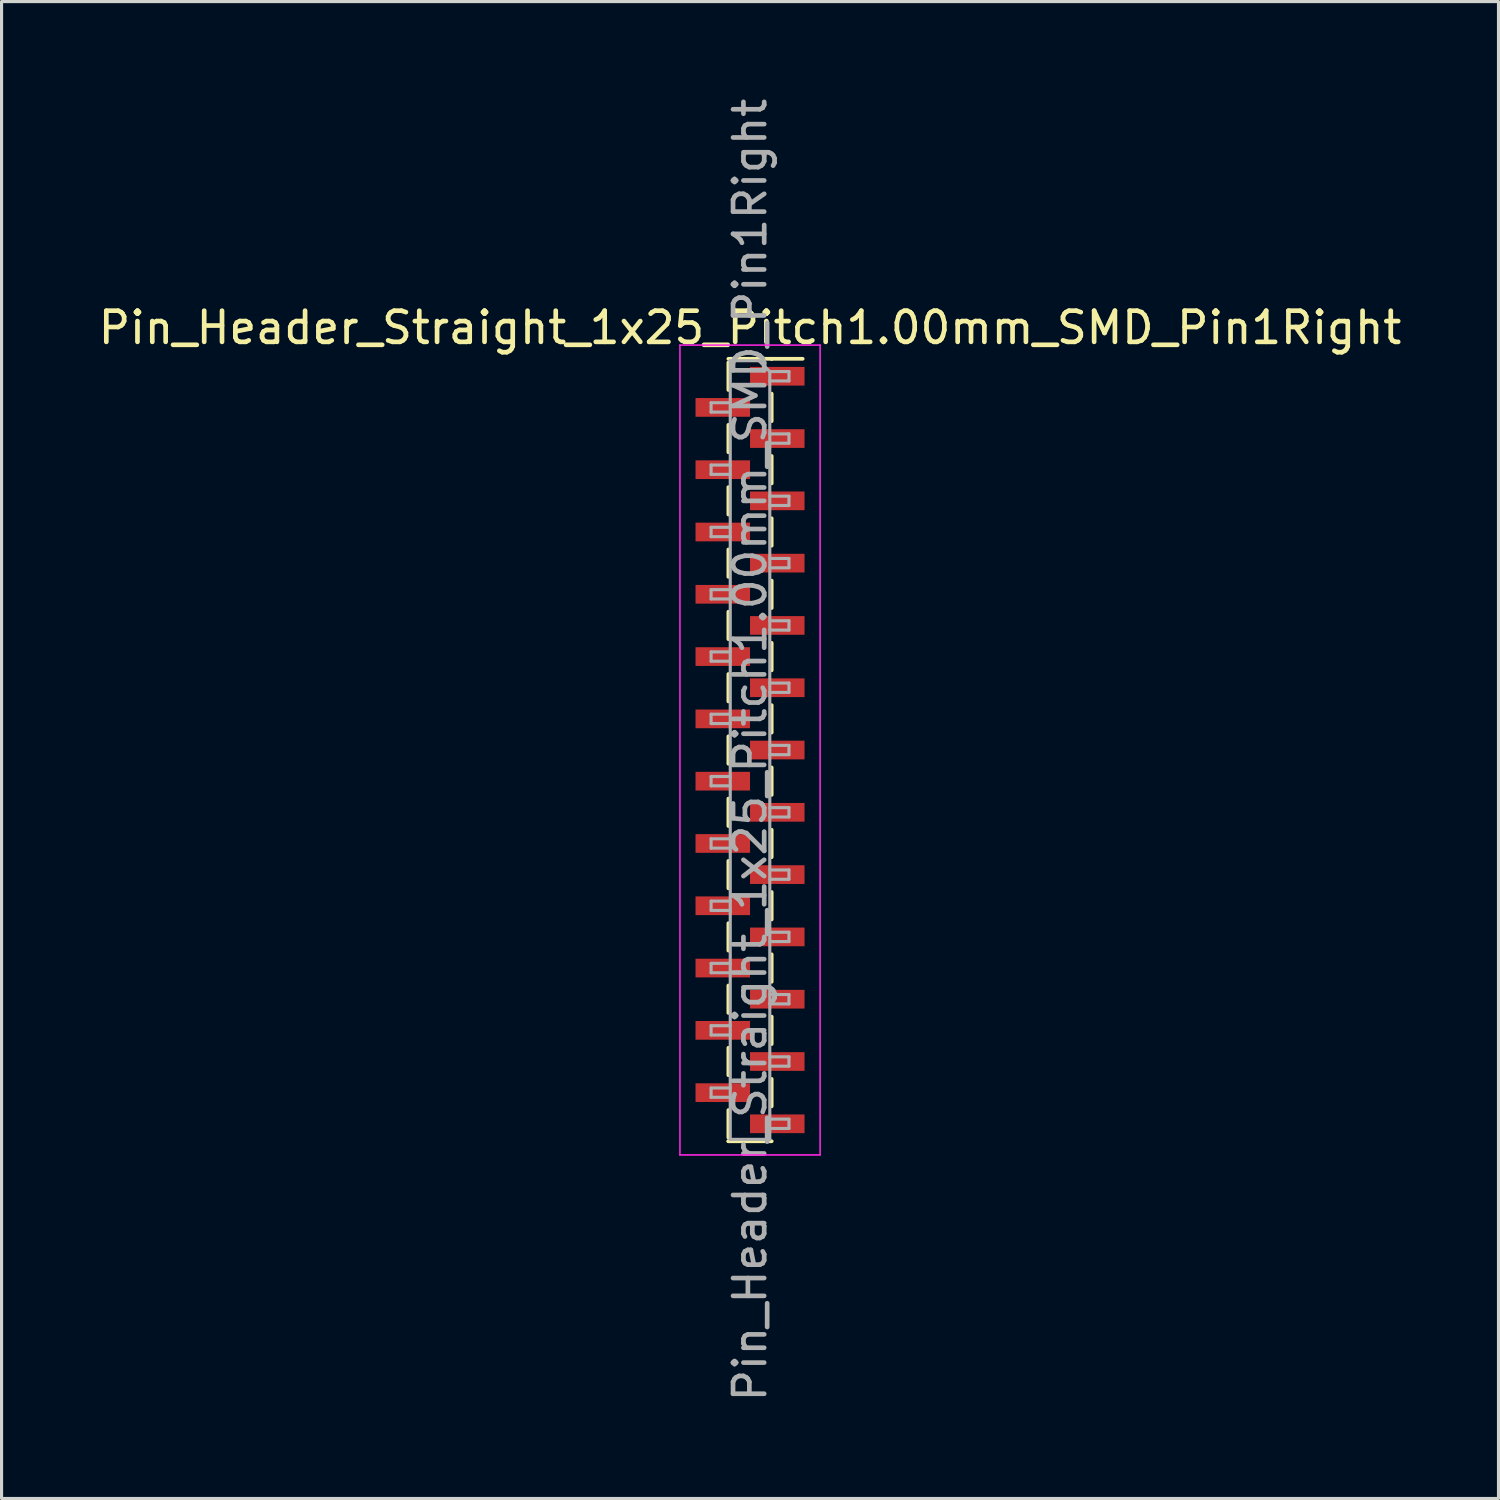
<source format=kicad_pcb>
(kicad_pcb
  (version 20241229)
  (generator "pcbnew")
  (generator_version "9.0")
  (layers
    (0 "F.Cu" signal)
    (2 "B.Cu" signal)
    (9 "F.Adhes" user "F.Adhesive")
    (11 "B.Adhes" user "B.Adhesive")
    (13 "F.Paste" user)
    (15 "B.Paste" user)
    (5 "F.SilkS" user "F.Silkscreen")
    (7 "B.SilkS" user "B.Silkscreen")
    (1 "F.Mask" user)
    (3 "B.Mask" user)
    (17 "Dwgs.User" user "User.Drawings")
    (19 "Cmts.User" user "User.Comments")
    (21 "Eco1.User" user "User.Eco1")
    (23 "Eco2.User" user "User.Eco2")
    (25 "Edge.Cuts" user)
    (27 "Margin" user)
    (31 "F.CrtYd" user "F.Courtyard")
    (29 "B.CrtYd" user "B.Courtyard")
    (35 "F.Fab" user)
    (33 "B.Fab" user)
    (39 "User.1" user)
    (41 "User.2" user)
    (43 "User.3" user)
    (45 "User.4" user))
  (footprint "Pin_Header_Straight_1x25_Pitch1.00mm_SMD_Pin1Right"
    (layer "F.Cu")
    (at 21.03 21.03)
    (property "Reference" "Pin_Header_Straight_1x25_Pitch1.00mm_SMD_Pin1Right" (at 0 -13.56 0) (layer "F.SilkS") (effects (font (size 1 1) (thickness 0.15))))
    (attr smd)
    (fp_line (start -0.695 -12.56) (end 0.695 -12.56) (stroke (width 0.12) (type solid)) (layer "F.SilkS"))
    (fp_line (start -0.695 -12.44) (end -0.695 -11.56) (stroke (width 0.12) (type solid)) (layer "F.SilkS"))
    (fp_line (start -0.695 -10.44) (end -0.695 -9.56) (stroke (width 0.12) (type solid)) (layer "F.SilkS"))
    (fp_line (start -0.695 -8.44) (end -0.695 -7.56) (stroke (width 0.12) (type solid)) (layer "F.SilkS"))
    (fp_line (start -0.695 -6.44) (end -0.695 -5.56) (stroke (width 0.12) (type solid)) (layer "F.SilkS"))
    (fp_line (start -0.695 -4.44) (end -0.695 -3.56) (stroke (width 0.12) (type solid)) (layer "F.SilkS"))
    (fp_line (start -0.695 -2.44) (end -0.695 -1.56) (stroke (width 0.12) (type solid)) (layer "F.SilkS"))
    (fp_line (start -0.695 -0.44) (end -0.695 0.44) (stroke (width 0.12) (type solid)) (layer "F.SilkS"))
    (fp_line (start -0.695 1.56) (end -0.695 2.44) (stroke (width 0.12) (type solid)) (layer "F.SilkS"))
    (fp_line (start -0.695 3.56) (end -0.695 4.44) (stroke (width 0.12) (type solid)) (layer "F.SilkS"))
    (fp_line (start -0.695 5.56) (end -0.695 6.44) (stroke (width 0.12) (type solid)) (layer "F.SilkS"))
    (fp_line (start -0.695 7.56) (end -0.695 8.44) (stroke (width 0.12) (type solid)) (layer "F.SilkS"))
    (fp_line (start -0.695 9.56) (end -0.695 10.44) (stroke (width 0.12) (type solid)) (layer "F.SilkS"))
    (fp_line (start -0.695 11.56) (end -0.695 12.44) (stroke (width 0.12) (type solid)) (layer "F.SilkS"))
    (fp_line (start -0.695 12.56) (end -0.695 12.56) (stroke (width 0.12) (type solid)) (layer "F.SilkS"))
    (fp_line (start -0.695 12.56) (end 0.695 12.56) (stroke (width 0.12) (type solid)) (layer "F.SilkS"))
    (fp_line (start 0.695 -12.56) (end 0.695 -12.56) (stroke (width 0.12) (type solid)) (layer "F.SilkS"))
    (fp_line (start 0.695 -12.56) (end 1.69 -12.56) (stroke (width 0.12) (type solid)) (layer "F.SilkS"))
    (fp_line (start 0.695 -11.44) (end 0.695 -10.56) (stroke (width 0.12) (type solid)) (layer "F.SilkS"))
    (fp_line (start 0.695 -9.44) (end 0.695 -8.56) (stroke (width 0.12) (type solid)) (layer "F.SilkS"))
    (fp_line (start 0.695 -7.44) (end 0.695 -6.56) (stroke (width 0.12) (type solid)) (layer "F.SilkS"))
    (fp_line (start 0.695 -5.44) (end 0.695 -4.56) (stroke (width 0.12) (type solid)) (layer "F.SilkS"))
    (fp_line (start 0.695 -3.44) (end 0.695 -2.56) (stroke (width 0.12) (type solid)) (layer "F.SilkS"))
    (fp_line (start 0.695 -1.44) (end 0.695 -0.56) (stroke (width 0.12) (type solid)) (layer "F.SilkS"))
    (fp_line (start 0.695 0.56) (end 0.695 1.44) (stroke (width 0.12) (type solid)) (layer "F.SilkS"))
    (fp_line (start 0.695 2.56) (end 0.695 3.44) (stroke (width 0.12) (type solid)) (layer "F.SilkS"))
    (fp_line (start 0.695 4.56) (end 0.695 5.44) (stroke (width 0.12) (type solid)) (layer "F.SilkS"))
    (fp_line (start 0.695 6.56) (end 0.695 7.44) (stroke (width 0.12) (type solid)) (layer "F.SilkS"))
    (fp_line (start 0.695 8.56) (end 0.695 9.44) (stroke (width 0.12) (type solid)) (layer "F.SilkS"))
    (fp_line (start 0.695 10.56) (end 0.695 11.44) (stroke (width 0.12) (type solid)) (layer "F.SilkS"))
    (fp_line (start -2.25 -13) (end -2.25 13) (stroke (width 0.05) (type solid)) (layer "F.CrtYd"))
    (fp_line (start -2.25 13) (end 2.25 13) (stroke (width 0.05) (type solid)) (layer "F.CrtYd"))
    (fp_line (start 2.25 -13) (end -2.25 -13) (stroke (width 0.05) (type solid)) (layer "F.CrtYd"))
    (fp_line (start 2.25 13) (end 2.25 -13) (stroke (width 0.05) (type solid)) (layer "F.CrtYd"))
    (fp_line (start -1.25 -11.15) (end -1.25 -10.85) (stroke (width 0.1) (type solid)) (layer "F.Fab"))
    (fp_line (start -1.25 -10.85) (end -0.635 -10.85) (stroke (width 0.1) (type solid)) (layer "F.Fab"))
    (fp_line (start -1.25 -9.15) (end -1.25 -8.85) (stroke (width 0.1) (type solid)) (layer "F.Fab"))
    (fp_line (start -1.25 -8.85) (end -0.635 -8.85) (stroke (width 0.1) (type solid)) (layer "F.Fab"))
    (fp_line (start -1.25 -7.15) (end -1.25 -6.85) (stroke (width 0.1) (type solid)) (layer "F.Fab"))
    (fp_line (start -1.25 -6.85) (end -0.635 -6.85) (stroke (width 0.1) (type solid)) (layer "F.Fab"))
    (fp_line (start -1.25 -5.15) (end -1.25 -4.85) (stroke (width 0.1) (type solid)) (layer "F.Fab"))
    (fp_line (start -1.25 -4.85) (end -0.635 -4.85) (stroke (width 0.1) (type solid)) (layer "F.Fab"))
    (fp_line (start -1.25 -3.15) (end -1.25 -2.85) (stroke (width 0.1) (type solid)) (layer "F.Fab"))
    (fp_line (start -1.25 -2.85) (end -0.635 -2.85) (stroke (width 0.1) (type solid)) (layer "F.Fab"))
    (fp_line (start -1.25 -1.15) (end -1.25 -0.85) (stroke (width 0.1) (type solid)) (layer "F.Fab"))
    (fp_line (start -1.25 -0.85) (end -0.635 -0.85) (stroke (width 0.1) (type solid)) (layer "F.Fab"))
    (fp_line (start -1.25 0.85) (end -1.25 1.15) (stroke (width 0.1) (type solid)) (layer "F.Fab"))
    (fp_line (start -1.25 1.15) (end -0.635 1.15) (stroke (width 0.1) (type solid)) (layer "F.Fab"))
    (fp_line (start -1.25 2.85) (end -1.25 3.15) (stroke (width 0.1) (type solid)) (layer "F.Fab"))
    (fp_line (start -1.25 3.15) (end -0.635 3.15) (stroke (width 0.1) (type solid)) (layer "F.Fab"))
    (fp_line (start -1.25 4.85) (end -1.25 5.15) (stroke (width 0.1) (type solid)) (layer "F.Fab"))
    (fp_line (start -1.25 5.15) (end -0.635 5.15) (stroke (width 0.1) (type solid)) (layer "F.Fab"))
    (fp_line (start -1.25 6.85) (end -1.25 7.15) (stroke (width 0.1) (type solid)) (layer "F.Fab"))
    (fp_line (start -1.25 7.15) (end -0.635 7.15) (stroke (width 0.1) (type solid)) (layer "F.Fab"))
    (fp_line (start -1.25 8.85) (end -1.25 9.15) (stroke (width 0.1) (type solid)) (layer "F.Fab"))
    (fp_line (start -1.25 9.15) (end -0.635 9.15) (stroke (width 0.1) (type solid)) (layer "F.Fab"))
    (fp_line (start -1.25 10.85) (end -1.25 11.15) (stroke (width 0.1) (type solid)) (layer "F.Fab"))
    (fp_line (start -1.25 11.15) (end -0.635 11.15) (stroke (width 0.1) (type solid)) (layer "F.Fab"))
    (fp_line (start -0.635 -12.5) (end -0.635 12.5) (stroke (width 0.1) (type solid)) (layer "F.Fab"))
    (fp_line (start -0.635 -12.5) (end 0.285 -12.5) (stroke (width 0.1) (type solid)) (layer "F.Fab"))
    (fp_line (start -0.635 -11.15) (end -1.25 -11.15) (stroke (width 0.1) (type solid)) (layer "F.Fab"))
    (fp_line (start -0.635 -9.15) (end -1.25 -9.15) (stroke (width 0.1) (type solid)) (layer "F.Fab"))
    (fp_line (start -0.635 -7.15) (end -1.25 -7.15) (stroke (width 0.1) (type solid)) (layer "F.Fab"))
    (fp_line (start -0.635 -5.15) (end -1.25 -5.15) (stroke (width 0.1) (type solid)) (layer "F.Fab"))
    (fp_line (start -0.635 -3.15) (end -1.25 -3.15) (stroke (width 0.1) (type solid)) (layer "F.Fab"))
    (fp_line (start -0.635 -1.15) (end -1.25 -1.15) (stroke (width 0.1) (type solid)) (layer "F.Fab"))
    (fp_line (start -0.635 0.85) (end -1.25 0.85) (stroke (width 0.1) (type solid)) (layer "F.Fab"))
    (fp_line (start -0.635 2.85) (end -1.25 2.85) (stroke (width 0.1) (type solid)) (layer "F.Fab"))
    (fp_line (start -0.635 4.85) (end -1.25 4.85) (stroke (width 0.1) (type solid)) (layer "F.Fab"))
    (fp_line (start -0.635 6.85) (end -1.25 6.85) (stroke (width 0.1) (type solid)) (layer "F.Fab"))
    (fp_line (start -0.635 8.85) (end -1.25 8.85) (stroke (width 0.1) (type solid)) (layer "F.Fab"))
    (fp_line (start -0.635 10.85) (end -1.25 10.85) (stroke (width 0.1) (type solid)) (layer "F.Fab"))
    (fp_line (start 0.635 -12.15) (end 0.285 -12.5) (stroke (width 0.1) (type solid)) (layer "F.Fab"))
    (fp_line (start 0.635 -12.15) (end 1.25 -12.15) (stroke (width 0.1) (type solid)) (layer "F.Fab"))
    (fp_line (start 0.635 -10.15) (end 1.25 -10.15) (stroke (width 0.1) (type solid)) (layer "F.Fab"))
    (fp_line (start 0.635 -8.15) (end 1.25 -8.15) (stroke (width 0.1) (type solid)) (layer "F.Fab"))
    (fp_line (start 0.635 -6.15) (end 1.25 -6.15) (stroke (width 0.1) (type solid)) (layer "F.Fab"))
    (fp_line (start 0.635 -4.15) (end 1.25 -4.15) (stroke (width 0.1) (type solid)) (layer "F.Fab"))
    (fp_line (start 0.635 -2.15) (end 1.25 -2.15) (stroke (width 0.1) (type solid)) (layer "F.Fab"))
    (fp_line (start 0.635 -0.15) (end 1.25 -0.15) (stroke (width 0.1) (type solid)) (layer "F.Fab"))
    (fp_line (start 0.635 1.85) (end 1.25 1.85) (stroke (width 0.1) (type solid)) (layer "F.Fab"))
    (fp_line (start 0.635 3.85) (end 1.25 3.85) (stroke (width 0.1) (type solid)) (layer "F.Fab"))
    (fp_line (start 0.635 5.85) (end 1.25 5.85) (stroke (width 0.1) (type solid)) (layer "F.Fab"))
    (fp_line (start 0.635 7.85) (end 1.25 7.85) (stroke (width 0.1) (type solid)) (layer "F.Fab"))
    (fp_line (start 0.635 9.85) (end 1.25 9.85) (stroke (width 0.1) (type solid)) (layer "F.Fab"))
    (fp_line (start 0.635 11.85) (end 1.25 11.85) (stroke (width 0.1) (type solid)) (layer "F.Fab"))
    (fp_line (start 0.635 12.5) (end -0.635 12.5) (stroke (width 0.1) (type solid)) (layer "F.Fab"))
    (fp_line (start 0.635 12.5) (end 0.635 -12.15) (stroke (width 0.1) (type solid)) (layer "F.Fab"))
    (fp_line (start 1.25 -12.15) (end 1.25 -11.85) (stroke (width 0.1) (type solid)) (layer "F.Fab"))
    (fp_line (start 1.25 -11.85) (end 0.635 -11.85) (stroke (width 0.1) (type solid)) (layer "F.Fab"))
    (fp_line (start 1.25 -10.15) (end 1.25 -9.85) (stroke (width 0.1) (type solid)) (layer "F.Fab"))
    (fp_line (start 1.25 -9.85) (end 0.635 -9.85) (stroke (width 0.1) (type solid)) (layer "F.Fab"))
    (fp_line (start 1.25 -8.15) (end 1.25 -7.85) (stroke (width 0.1) (type solid)) (layer "F.Fab"))
    (fp_line (start 1.25 -7.85) (end 0.635 -7.85) (stroke (width 0.1) (type solid)) (layer "F.Fab"))
    (fp_line (start 1.25 -6.15) (end 1.25 -5.85) (stroke (width 0.1) (type solid)) (layer "F.Fab"))
    (fp_line (start 1.25 -5.85) (end 0.635 -5.85) (stroke (width 0.1) (type solid)) (layer "F.Fab"))
    (fp_line (start 1.25 -4.15) (end 1.25 -3.85) (stroke (width 0.1) (type solid)) (layer "F.Fab"))
    (fp_line (start 1.25 -3.85) (end 0.635 -3.85) (stroke (width 0.1) (type solid)) (layer "F.Fab"))
    (fp_line (start 1.25 -2.15) (end 1.25 -1.85) (stroke (width 0.1) (type solid)) (layer "F.Fab"))
    (fp_line (start 1.25 -1.85) (end 0.635 -1.85) (stroke (width 0.1) (type solid)) (layer "F.Fab"))
    (fp_line (start 1.25 -0.15) (end 1.25 0.15) (stroke (width 0.1) (type solid)) (layer "F.Fab"))
    (fp_line (start 1.25 0.15) (end 0.635 0.15) (stroke (width 0.1) (type solid)) (layer "F.Fab"))
    (fp_line (start 1.25 1.85) (end 1.25 2.15) (stroke (width 0.1) (type solid)) (layer "F.Fab"))
    (fp_line (start 1.25 2.15) (end 0.635 2.15) (stroke (width 0.1) (type solid)) (layer "F.Fab"))
    (fp_line (start 1.25 3.85) (end 1.25 4.15) (stroke (width 0.1) (type solid)) (layer "F.Fab"))
    (fp_line (start 1.25 4.15) (end 0.635 4.15) (stroke (width 0.1) (type solid)) (layer "F.Fab"))
    (fp_line (start 1.25 5.85) (end 1.25 6.15) (stroke (width 0.1) (type solid)) (layer "F.Fab"))
    (fp_line (start 1.25 6.15) (end 0.635 6.15) (stroke (width 0.1) (type solid)) (layer "F.Fab"))
    (fp_line (start 1.25 7.85) (end 1.25 8.15) (stroke (width 0.1) (type solid)) (layer "F.Fab"))
    (fp_line (start 1.25 8.15) (end 0.635 8.15) (stroke (width 0.1) (type solid)) (layer "F.Fab"))
    (fp_line (start 1.25 9.85) (end 1.25 10.15) (stroke (width 0.1) (type solid)) (layer "F.Fab"))
    (fp_line (start 1.25 10.15) (end 0.635 10.15) (stroke (width 0.1) (type solid)) (layer "F.Fab"))
    (fp_line (start 1.25 11.85) (end 1.25 12.15) (stroke (width 0.1) (type solid)) (layer "F.Fab"))
    (fp_line (start 1.25 12.15) (end 0.635 12.15) (stroke (width 0.1) (type solid)) (layer "F.Fab"))
    (fp_text user "${REFERENCE}" (at 0 0 90) (layer "F.Fab") (effects (font (size 1 1) (thickness 0.15))))
    (pad "1" smd rect (at 0.875 -12) (size 1.75 0.6) (layers "F.Cu" "F.Mask" "F.Paste"))
    (pad "2" smd rect (at -0.875 -11) (size 1.75 0.6) (layers "F.Cu" "F.Mask" "F.Paste"))
    (pad "3" smd rect (at 0.875 -10) (size 1.75 0.6) (layers "F.Cu" "F.Mask" "F.Paste"))
    (pad "4" smd rect (at -0.875 -9) (size 1.75 0.6) (layers "F.Cu" "F.Mask" "F.Paste"))
    (pad "5" smd rect (at 0.875 -8) (size 1.75 0.6) (layers "F.Cu" "F.Mask" "F.Paste"))
    (pad "6" smd rect (at -0.875 -7) (size 1.75 0.6) (layers "F.Cu" "F.Mask" "F.Paste"))
    (pad "7" smd rect (at 0.875 -6) (size 1.75 0.6) (layers "F.Cu" "F.Mask" "F.Paste"))
    (pad "8" smd rect (at -0.875 -5) (size 1.75 0.6) (layers "F.Cu" "F.Mask" "F.Paste"))
    (pad "9" smd rect (at 0.875 -4) (size 1.75 0.6) (layers "F.Cu" "F.Mask" "F.Paste"))
    (pad "10" smd rect (at -0.875 -3) (size 1.75 0.6) (layers "F.Cu" "F.Mask" "F.Paste"))
    (pad "11" smd rect (at 0.875 -2) (size 1.75 0.6) (layers "F.Cu" "F.Mask" "F.Paste"))
    (pad "12" smd rect (at -0.875 -1) (size 1.75 0.6) (layers "F.Cu" "F.Mask" "F.Paste"))
    (pad "13" smd rect (at 0.875 0) (size 1.75 0.6) (layers "F.Cu" "F.Mask" "F.Paste"))
    (pad "14" smd rect (at -0.875 1) (size 1.75 0.6) (layers "F.Cu" "F.Mask" "F.Paste"))
    (pad "15" smd rect (at 0.875 2) (size 1.75 0.6) (layers "F.Cu" "F.Mask" "F.Paste"))
    (pad "16" smd rect (at -0.875 3) (size 1.75 0.6) (layers "F.Cu" "F.Mask" "F.Paste"))
    (pad "17" smd rect (at 0.875 4) (size 1.75 0.6) (layers "F.Cu" "F.Mask" "F.Paste"))
    (pad "18" smd rect (at -0.875 5) (size 1.75 0.6) (layers "F.Cu" "F.Mask" "F.Paste"))
    (pad "19" smd rect (at 0.875 6) (size 1.75 0.6) (layers "F.Cu" "F.Mask" "F.Paste"))
    (pad "20" smd rect (at -0.875 7) (size 1.75 0.6) (layers "F.Cu" "F.Mask" "F.Paste"))
    (pad "21" smd rect (at 0.875 8) (size 1.75 0.6) (layers "F.Cu" "F.Mask" "F.Paste"))
    (pad "22" smd rect (at -0.875 9) (size 1.75 0.6) (layers "F.Cu" "F.Mask" "F.Paste"))
    (pad "23" smd rect (at 0.875 10) (size 1.75 0.6) (layers "F.Cu" "F.Mask" "F.Paste"))
    (pad "24" smd rect (at -0.875 11) (size 1.75 0.6) (layers "F.Cu" "F.Mask" "F.Paste"))
    (pad "25" smd rect (at 0.875 12) (size 1.75 0.6) (layers "F.Cu" "F.Mask" "F.Paste")))
  (gr_rect
    (start -3 -3)
    (end 45.06 45.06)
    (stroke (width 0.1) (type default))
    (fill no)
    (layer "Edge.Cuts")))
</source>
